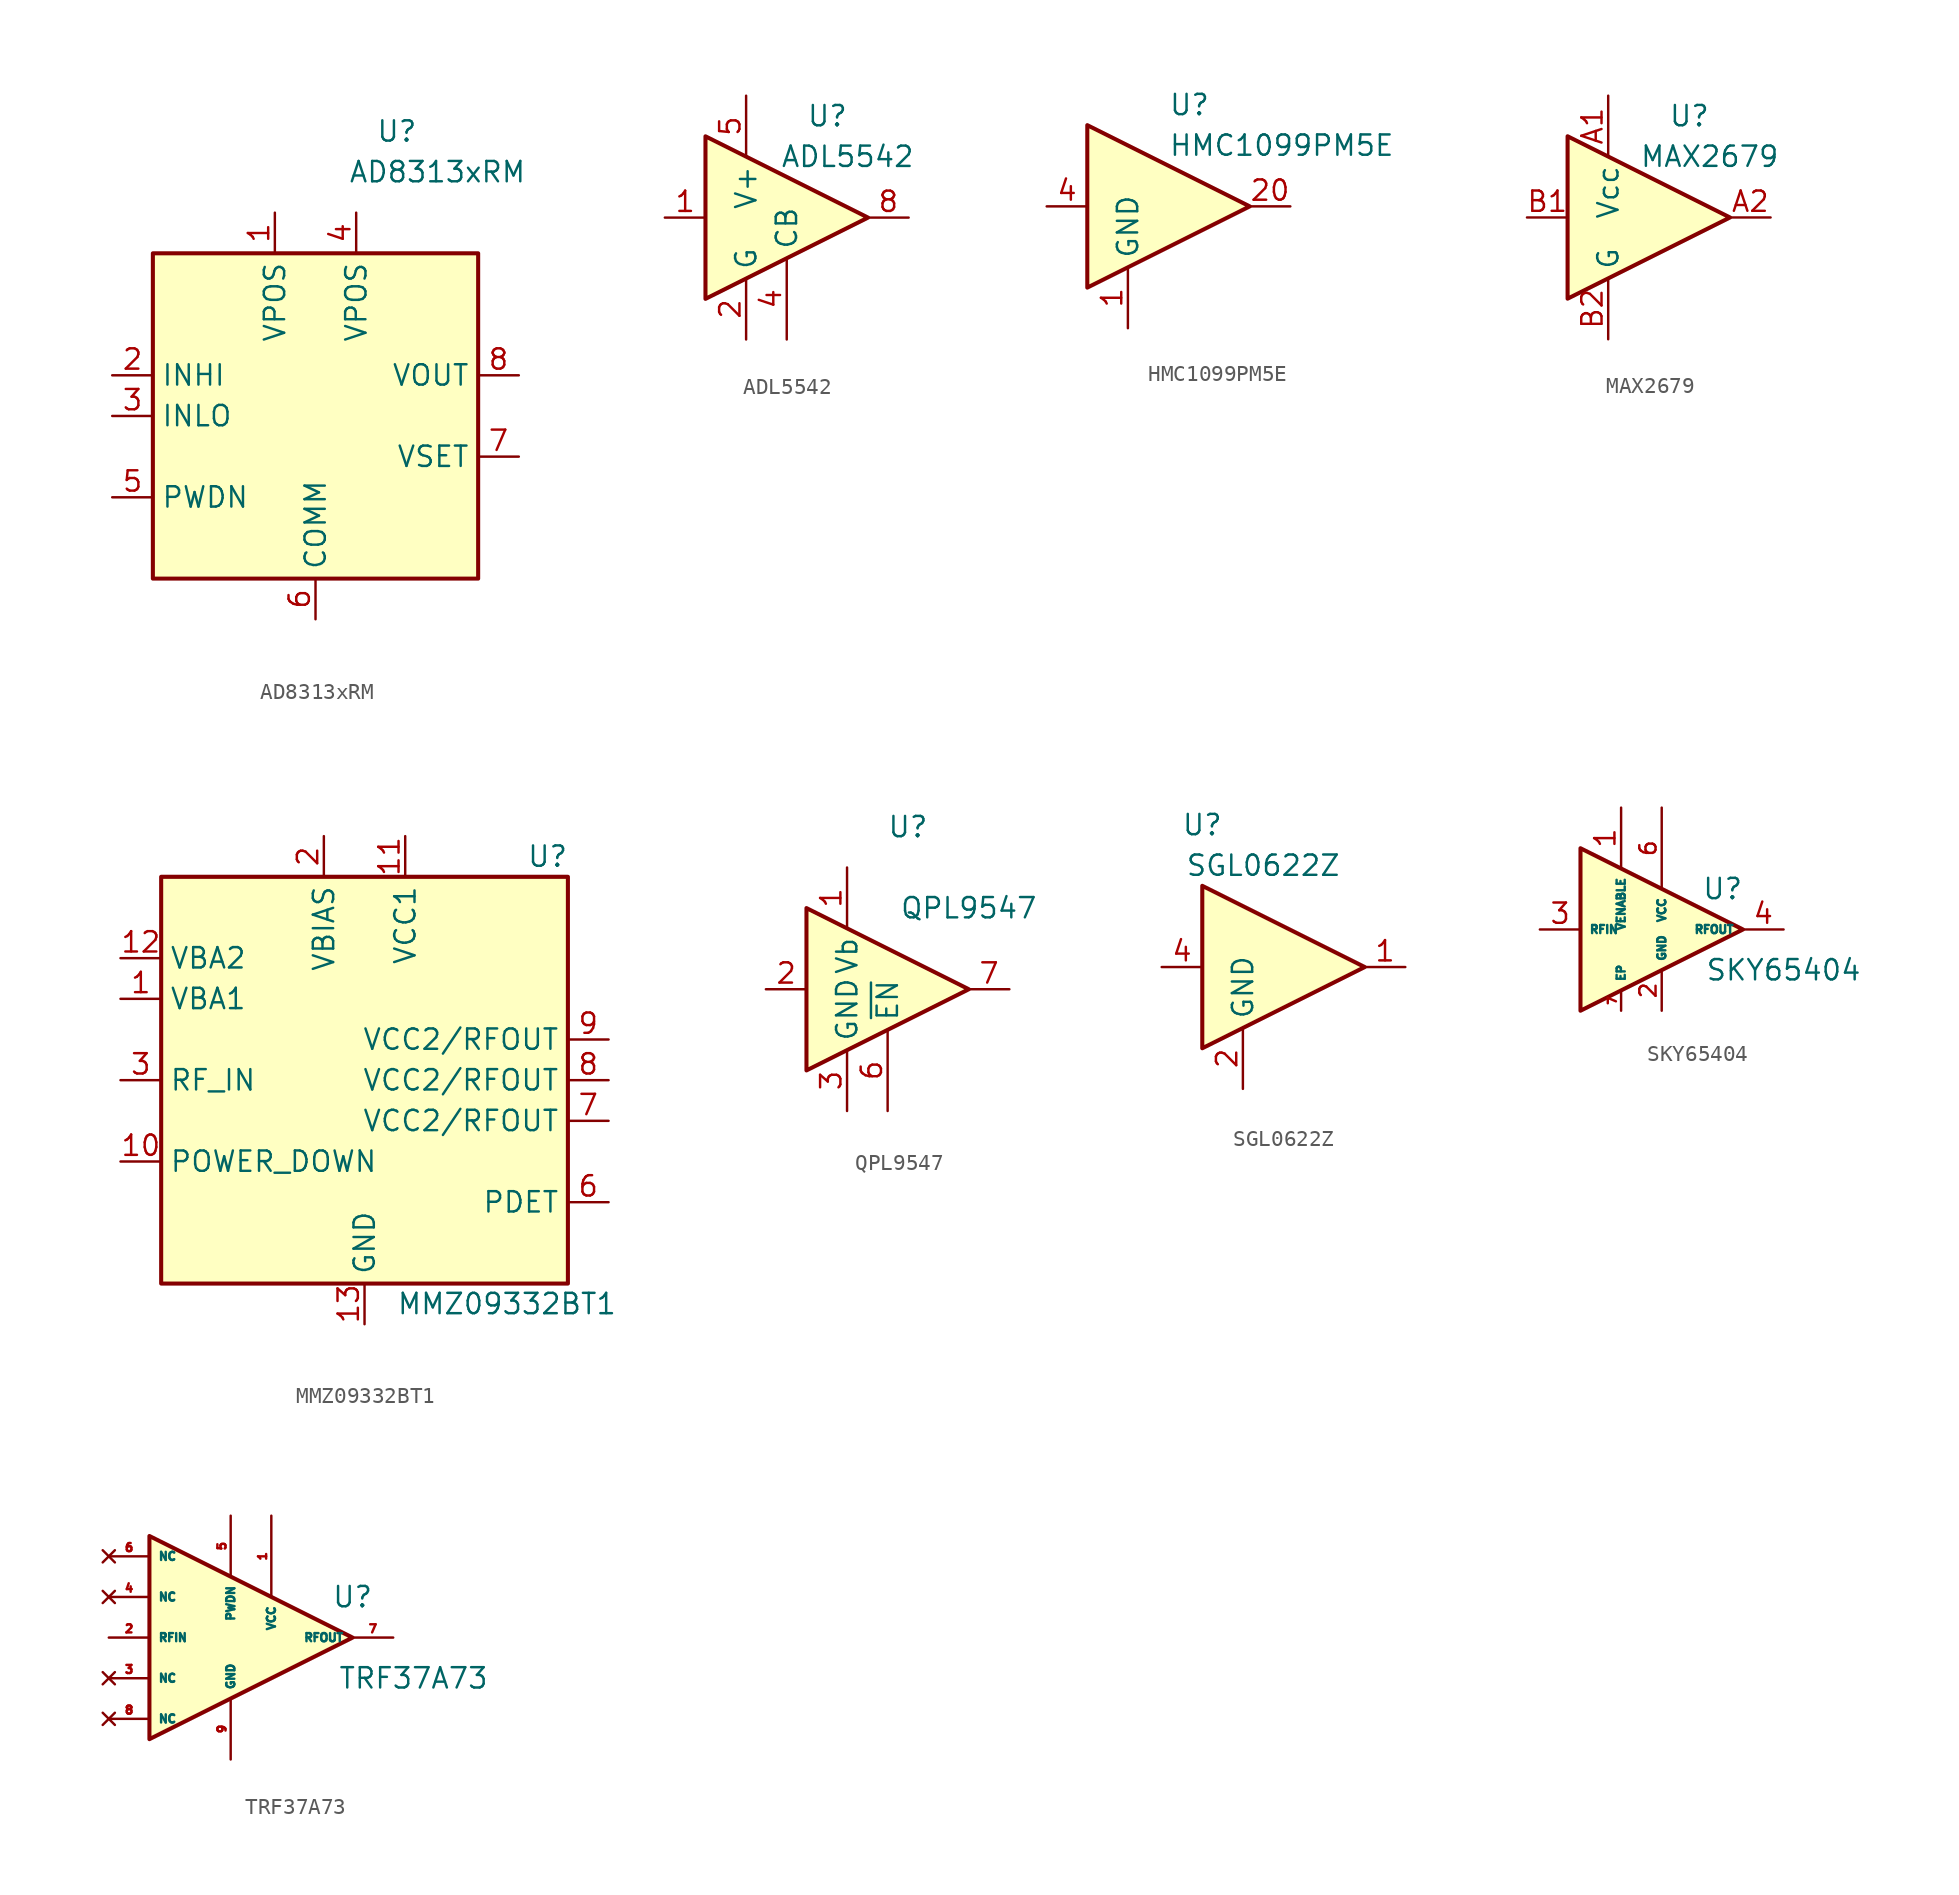
<source format=kicad_sym>
(kicad_symbol_lib
  (version 20241209)
  (generator "kicad_symbol_editor")
  (generator_version "9.0")
  (symbol "AD8313xRM"
    (property "Reference" "U"
      (at 5.08 17.78 0)
      (effects (font (size 1.27 1.27))))
    (property "Value" "AD8313xRM"
      (at 7.62 15.24 0)
      (effects (font (size 1.27 1.27))))
    (symbol "AD8313xRM_0_1"
      (rectangle (start -10.16 10.16) (end 10.16 -10.16) (stroke (width 0.254) (type default)) (fill (type background))))
    (symbol "AD8313xRM_1_1"
      (pin input line (at -12.7 2.54 0) (length 2.54) (name "INHI" (effects (font (size 1.27 1.27)))) (number "2" (effects (font (size 1.27 1.27)))))
      (pin input line (at -12.7 0 0) (length 2.54) (name "INLO" (effects (font (size 1.27 1.27)))) (number "3" (effects (font (size 1.27 1.27)))))
      (pin input line (at -12.7 -5.08 0) (length 2.54) (name "PWDN" (effects (font (size 1.27 1.27)))) (number "5" (effects (font (size 1.27 1.27)))))
      (pin power_in line (at -2.54 12.7 270) (length 2.54) (name "VPOS" (effects (font (size 1.27 1.27)))) (number "1" (effects (font (size 1.27 1.27)))))
      (pin power_in line (at 0 -12.7 90) (length 2.54) (name "COMM" (effects (font (size 1.27 1.27)))) (number "6" (effects (font (size 1.27 1.27)))))
      (pin power_in line (at 2.54 12.7 270) (length 2.54) (name "VPOS" (effects (font (size 1.27 1.27)))) (number "4" (effects (font (size 1.27 1.27)))))
      (pin output line (at 12.7 2.54 180) (length 2.54) (name "VOUT" (effects (font (size 1.27 1.27)))) (number "8" (effects (font (size 1.27 1.27)))))
      (pin input line (at 12.7 -2.54 180) (length 2.54) (name "VSET" (effects (font (size 1.27 1.27)))) (number "7" (effects (font (size 1.27 1.27)))))))
  (symbol "ADL5542"
    (property "Reference" "U"
      (at 2.54 6.35 0)
      (effects (font (size 1.27 1.27))))
    (property "Value" "ADL5542"
      (at 3.81 3.81 0)
      (effects (font (size 1.27 1.27))))
    (symbol "ADL5542_0_1"
      (polyline (pts (xy 5.08 0) (xy -5.08 5.08) (xy -5.08 -5.08) (xy 5.08 0)) (stroke (width 0.254) (type default)) (fill (type background))))
    (symbol "ADL5542_1_1"
      (pin input line (at -7.62 0 0) (length 2.54) (name "~" (effects (font (size 1.27 1.27)))) (number "1" (effects (font (size 1.27 1.27)))))
      (pin power_in line (at -2.54 7.62 270) (length 3.81) (name "V+" (effects (font (size 1.27 1.27)))) (number "5" (effects (font (size 1.27 1.27)))))
      (pin power_in line (at -2.54 -7.62 90) (length 3.81) (name "G" (effects (font (size 1.27 1.27)))) (number "2" (effects (font (size 1.27 1.27)))))
      (pin passive line (at 0 -7.62 90) (length 5.08) (name "CB" (effects (font (size 1.27 1.27)))) (number "4" (effects (font (size 1.27 1.27)))))
      (pin output line (at 7.62 0 180) (length 2.54) (name "~" (effects (font (size 1.27 1.27)))) (number "8" (effects (font (size 1.27 1.27)))))))
  (symbol "HMC1099PM5E"
    (property "Reference" "U"
      (at 0 6.35 0)
      (effects (font (size 1.27 1.27)) (justify left)))
    (property "Value" "HMC1099PM5E"
      (at 0 3.81 0)
      (effects (font (size 1.27 1.27)) (justify left)))
    (symbol "HMC1099PM5E_1_1"
      (polyline (pts (xy 5.08 0) (xy -5.08 5.08) (xy -5.08 -5.08) (xy 5.08 0)) (stroke (width 0.254) (type default)) (fill (type background)))
      (pin input line (at -7.62 0 0) (length 2.54) (name "~" (effects (font (size 1.27 1.27)))) (number "4" (effects (font (size 1.27 1.27)))))
      (pin input line (at -7.62 0 0) (length 2.54) (hide yes) (name "~" (effects (font (size 1.27 1.27)))) (number "5" (effects (font (size 1.27 1.27)))))
      (pin power_in line (at -2.54 -7.62 90) (length 3.81) (name "GND" (effects (font (size 1.27 1.27)))) (number "1" (effects (font (size 1.27 1.27)))))
      (pin passive line (at -2.54 -7.62 90) (length 3.81) (hide yes) (name "GND" (effects (font (size 1.27 1.27)))) (number "10" (effects (font (size 1.27 1.27)))))
      (pin passive line (at -2.54 -7.62 90) (length 3.81) (hide yes) (name "GND" (effects (font (size 1.27 1.27)))) (number "11" (effects (font (size 1.27 1.27)))))
      (pin passive line (at -2.54 -7.62 90) (length 3.81) (hide yes) (name "GND" (effects (font (size 1.27 1.27)))) (number "12" (effects (font (size 1.27 1.27)))))
      (pin passive line (at -2.54 -7.62 90) (length 3.81) (hide yes) (name "GND" (effects (font (size 1.27 1.27)))) (number "13" (effects (font (size 1.27 1.27)))))
      (pin passive line (at -2.54 -7.62 90) (length 3.81) (hide yes) (name "GND" (effects (font (size 1.27 1.27)))) (number "14" (effects (font (size 1.27 1.27)))))
      (pin passive line (at -2.54 -7.62 90) (length 3.81) (hide yes) (name "GND" (effects (font (size 1.27 1.27)))) (number "15" (effects (font (size 1.27 1.27)))))
      (pin passive line (at -2.54 -7.62 90) (length 3.81) (hide yes) (name "GND" (effects (font (size 1.27 1.27)))) (number "16" (effects (font (size 1.27 1.27)))))
      (pin passive line (at -2.54 -7.62 90) (length 3.81) (hide yes) (name "GND" (effects (font (size 1.27 1.27)))) (number "17" (effects (font (size 1.27 1.27)))))
      (pin passive line (at -2.54 -7.62 90) (length 3.81) (hide yes) (name "GND" (effects (font (size 1.27 1.27)))) (number "18" (effects (font (size 1.27 1.27)))))
      (pin passive line (at -2.54 -7.62 90) (length 3.81) (hide yes) (name "GND" (effects (font (size 1.27 1.27)))) (number "19" (effects (font (size 1.27 1.27)))))
      (pin passive line (at -2.54 -7.62 90) (length 3.81) (hide yes) (name "GND" (effects (font (size 1.27 1.27)))) (number "2" (effects (font (size 1.27 1.27)))))
      (pin passive line (at -2.54 -7.62 90) (length 3.81) (hide yes) (name "GND" (effects (font (size 1.27 1.27)))) (number "22" (effects (font (size 1.27 1.27)))))
      (pin passive line (at -2.54 -7.62 90) (length 3.81) (hide yes) (name "GND" (effects (font (size 1.27 1.27)))) (number "23" (effects (font (size 1.27 1.27)))))
      (pin passive line (at -2.54 -7.62 90) (length 3.81) (hide yes) (name "GND" (effects (font (size 1.27 1.27)))) (number "24" (effects (font (size 1.27 1.27)))))
      (pin passive line (at -2.54 -7.62 90) (length 3.81) (hide yes) (name "GND" (effects (font (size 1.27 1.27)))) (number "25" (effects (font (size 1.27 1.27)))))
      (pin passive line (at -2.54 -7.62 90) (length 3.81) (hide yes) (name "GND" (effects (font (size 1.27 1.27)))) (number "26" (effects (font (size 1.27 1.27)))))
      (pin passive line (at -2.54 -7.62 90) (length 3.81) (hide yes) (name "GND" (effects (font (size 1.27 1.27)))) (number "27" (effects (font (size 1.27 1.27)))))
      (pin passive line (at -2.54 -7.62 90) (length 3.81) (hide yes) (name "GND" (effects (font (size 1.27 1.27)))) (number "28" (effects (font (size 1.27 1.27)))))
      (pin passive line (at -2.54 -7.62 90) (length 3.81) (hide yes) (name "GND" (effects (font (size 1.27 1.27)))) (number "29" (effects (font (size 1.27 1.27)))))
      (pin passive line (at -2.54 -7.62 90) (length 3.81) (hide yes) (name "GND" (effects (font (size 1.27 1.27)))) (number "3" (effects (font (size 1.27 1.27)))))
      (pin passive line (at -2.54 -7.62 90) (length 3.81) (hide yes) (name "GND" (effects (font (size 1.27 1.27)))) (number "30" (effects (font (size 1.27 1.27)))))
      (pin passive line (at -2.54 -7.62 90) (length 3.81) (hide yes) (name "GND" (effects (font (size 1.27 1.27)))) (number "31" (effects (font (size 1.27 1.27)))))
      (pin passive line (at -2.54 -7.62 90) (length 3.81) (hide yes) (name "GND" (effects (font (size 1.27 1.27)))) (number "32" (effects (font (size 1.27 1.27)))))
      (pin passive line (at -2.54 -7.62 90) (length 3.81) (hide yes) (name "GND" (effects (font (size 1.27 1.27)))) (number "33" (effects (font (size 1.27 1.27)))))
      (pin passive line (at -2.54 -7.62 90) (length 3.81) (hide yes) (name "GND" (effects (font (size 1.27 1.27)))) (number "6" (effects (font (size 1.27 1.27)))))
      (pin passive line (at -2.54 -7.62 90) (length 3.81) (hide yes) (name "GND" (effects (font (size 1.27 1.27)))) (number "7" (effects (font (size 1.27 1.27)))))
      (pin passive line (at -2.54 -7.62 90) (length 3.81) (hide yes) (name "GND" (effects (font (size 1.27 1.27)))) (number "8" (effects (font (size 1.27 1.27)))))
      (pin passive line (at -2.54 -7.62 90) (length 3.81) (hide yes) (name "GND" (effects (font (size 1.27 1.27)))) (number "9" (effects (font (size 1.27 1.27)))))
      (pin output line (at 7.62 0 180) (length 2.54) (name "~" (effects (font (size 1.27 1.27)))) (number "20" (effects (font (size 1.27 1.27)))))
      (pin passive line (at 7.62 0 180) (length 2.54) (hide yes) (name "~" (effects (font (size 1.27 1.27)))) (number "21" (effects (font (size 1.27 1.27)))))))
  (symbol "MAX2679"
    (property "Reference" "U"
      (at 2.54 6.35 0)
      (effects (font (size 1.27 1.27))))
    (property "Value" "MAX2679"
      (at 3.81 3.81 0)
      (effects (font (size 1.27 1.27))))
    (symbol "MAX2679_0_1"
      (polyline (pts (xy 5.08 0) (xy -5.08 5.08) (xy -5.08 -5.08) (xy 5.08 0)) (stroke (width 0.254) (type default)) (fill (type background))))
    (symbol "MAX2679_1_1"
      (pin input line (at -7.62 0 0) (length 2.54) (name "~" (effects (font (size 1.27 1.27)))) (number "B1" (effects (font (size 1.27 1.27)))))
      (pin power_in line (at -2.54 7.62 270) (length 3.81) (name "Vcc" (effects (font (size 1.27 1.27)))) (number "A1" (effects (font (size 1.27 1.27)))))
      (pin power_in line (at -2.54 -7.62 90) (length 3.81) (name "G" (effects (font (size 1.27 1.27)))) (number "B2" (effects (font (size 1.27 1.27)))))
      (pin output line (at 7.62 0 180) (length 2.54) (name "~" (effects (font (size 1.27 1.27)))) (number "A2" (effects (font (size 1.27 1.27)))))))
  (symbol "MMZ09332BT1"
    (property "Reference" "U"
      (at 11.43 13.97 0)
      (effects (font (size 1.27 1.27))))
    (property "Value" "MMZ09332BT1"
      (at 8.89 -13.97 0)
      (effects (font (size 1.27 1.27))))
    (symbol "MMZ09332BT1_0_1"
      (rectangle (start -12.7 12.7) (end 12.7 -12.7) (stroke (width 0.254) (type default)) (fill (type background))))
    (symbol "MMZ09332BT1_1_1"
      (pin input line (at -15.24 7.62 0) (length 2.54) (name "VBA2" (effects (font (size 1.27 1.27)))) (number "12" (effects (font (size 1.27 1.27)))))
      (pin input line (at -15.24 5.08 0) (length 2.54) (name "VBA1" (effects (font (size 1.27 1.27)))) (number "1" (effects (font (size 1.27 1.27)))))
      (pin input line (at -15.24 0 0) (length 2.54) (name "RF_IN" (effects (font (size 1.27 1.27)))) (number "3" (effects (font (size 1.27 1.27)))))
      (pin input line (at -15.24 -5.08 0) (length 2.54) (name "POWER_DOWN" (effects (font (size 1.27 1.27)))) (number "10" (effects (font (size 1.27 1.27)))))
      (pin no_connect line (at -7.62 -12.7 90) (length 2.54) (hide yes) (name "NC" (effects (font (size 1.27 1.27)))) (number "5" (effects (font (size 1.27 1.27)))))
      (pin no_connect line (at -5.08 -12.7 90) (length 2.54) (hide yes) (name "NC" (effects (font (size 1.27 1.27)))) (number "4" (effects (font (size 1.27 1.27)))))
      (pin power_in line (at -2.54 15.24 270) (length 2.54) (name "VBIAS" (effects (font (size 1.27 1.27)))) (number "2" (effects (font (size 1.27 1.27)))))
      (pin power_in line (at 0 -15.24 90) (length 2.54) (name "GND" (effects (font (size 1.27 1.27)))) (number "13" (effects (font (size 1.27 1.27)))))
      (pin power_in line (at 2.54 15.24 270) (length 2.54) (name "VCC1" (effects (font (size 1.27 1.27)))) (number "11" (effects (font (size 1.27 1.27)))))
      (pin input line (at 15.24 2.54 180) (length 2.54) (name "VCC2/RFOUT" (effects (font (size 1.27 1.27)))) (number "9" (effects (font (size 1.27 1.27)))))
      (pin input line (at 15.24 0 180) (length 2.54) (name "VCC2/RFOUT" (effects (font (size 1.27 1.27)))) (number "8" (effects (font (size 1.27 1.27)))))
      (pin input line (at 15.24 -2.54 180) (length 2.54) (name "VCC2/RFOUT" (effects (font (size 1.27 1.27)))) (number "7" (effects (font (size 1.27 1.27)))))
      (pin output line (at 15.24 -7.62 180) (length 2.54) (name "PDET" (effects (font (size 1.27 1.27)))) (number "6" (effects (font (size 1.27 1.27)))))))
  (symbol "QPL9547"
    (property "Reference" "U"
      (at 1.27 10.16 0)
      (effects (font (size 1.27 1.27))))
    (property "Value" "QPL9547"
      (at 5.08 5.08 0)
      (effects (font (size 1.27 1.27))))
    (symbol "QPL9547_0_1"
      (polyline (pts (xy 5.08 0) (xy -5.08 5.08) (xy -5.08 -5.08) (xy 5.08 0)) (stroke (width 0.254) (type default)) (fill (type background))))
    (symbol "QPL9547_1_1"
      (pin input line (at -7.62 0 0) (length 2.54) (name "~" (effects (font (size 1.27 1.27)))) (number "2" (effects (font (size 1.27 1.27)))))
      (pin power_in line (at -2.54 7.62 270) (length 3.81) (name "Vb" (effects (font (size 1.27 1.27)))) (number "1" (effects (font (size 1.27 1.27)))))
      (pin power_in line (at -2.54 -7.62 90) (length 3.81) (name "GND" (effects (font (size 1.27 1.27)))) (number "3" (effects (font (size 1.27 1.27)))))
      (pin passive line (at -2.54 -7.62 90) (length 3.81) (hide yes) (name "GND" (effects (font (size 1.27 1.27)))) (number "4" (effects (font (size 1.27 1.27)))))
      (pin passive line (at -2.54 -7.62 90) (length 3.81) (hide yes) (name "GND" (effects (font (size 1.27 1.27)))) (number "5" (effects (font (size 1.27 1.27)))))
      (pin passive line (at -2.54 -7.62 90) (length 3.81) (hide yes) (name "GND" (effects (font (size 1.27 1.27)))) (number "8" (effects (font (size 1.27 1.27)))))
      (pin passive line (at -2.54 -7.62 90) (length 3.81) (hide yes) (name "GND" (effects (font (size 1.27 1.27)))) (number "9" (effects (font (size 1.27 1.27)))))
      (pin passive line (at 0 -7.62 90) (length 5.08) (name "~{EN}" (effects (font (size 1.27 1.27)))) (number "6" (effects (font (size 1.27 1.27)))))
      (pin output line (at 7.62 0 180) (length 2.54) (name "~" (effects (font (size 1.27 1.27)))) (number "7" (effects (font (size 1.27 1.27)))))))
  (symbol "SGL0622Z"
    (property "Reference" "U"
      (at -5.08 8.89 0)
      (effects (font (size 1.27 1.27))))
    (property "Value" "SGL0622Z"
      (at -1.27 6.35 0)
      (effects (font (size 1.27 1.27))))
    (symbol "SGL0622Z_0_0"
      (pin passive line (at -2.54 -7.62 90) (length 5.08) (hide yes) (name "GND" (effects (font (size 1.27 1.27)))) (number "9" (effects (font (size 1.27 1.27))))))
    (symbol "SGL0622Z_1_1"
      (polyline (pts (xy 5.08 0) (xy -5.08 5.08) (xy -5.08 -5.08) (xy 5.08 0)) (stroke (width 0.254) (type default)) (fill (type background)))
      (pin input line (at -7.62 0 0) (length 2.54) (name "~" (effects (font (size 1.27 1.27)))) (number "4" (effects (font (size 1.27 1.27)))))
      (pin power_in line (at -2.54 -7.62 90) (length 3.81) (name "GND" (effects (font (size 1.27 1.27)))) (number "2" (effects (font (size 1.27 1.27)))))
      (pin passive line (at -2.54 -7.62 90) (length 2.54) (hide yes) (name "GND" (effects (font (size 1.27 1.27)))) (number "3" (effects (font (size 1.27 1.27)))))
      (pin passive line (at -2.54 -7.62 90) (length 2.54) (hide yes) (name "GND" (effects (font (size 1.27 1.27)))) (number "5" (effects (font (size 1.27 1.27)))))
      (pin passive line (at -2.54 -7.62 90) (length 2.54) (hide yes) (name "GND" (effects (font (size 1.27 1.27)))) (number "6" (effects (font (size 1.27 1.27)))))
      (pin passive line (at -2.54 -7.62 90) (length 2.54) (hide yes) (name "GND" (effects (font (size 1.27 1.27)))) (number "7" (effects (font (size 1.27 1.27)))))
      (pin passive line (at -2.54 -7.62 90) (length 2.54) (hide yes) (name "GND" (effects (font (size 1.27 1.27)))) (number "8" (effects (font (size 1.27 1.27)))))
      (pin output line (at 7.62 0 180) (length 2.54) (name "~" (effects (font (size 1.27 1.27)))) (number "1" (effects (font (size 1.27 1.27)))))))
  (symbol "SKY65404"
    (property "Reference" "U"
      (at 6.35 2.54 0)
      (effects (font (size 1.27 1.27))))
    (property "Value" "SKY65404"
      (at 10.16 -2.54 0)
      (effects (font (size 1.27 1.27))))
    (symbol "SKY65404_0_1"
      (polyline (pts (xy -2.54 5.08) (xy -2.54 -2.54) (xy -2.54 -5.08) (xy 7.62 0) (xy -2.54 5.08)) (stroke (width 0.254) (type default)) (fill (type background))))
    (symbol "SKY65404_1_1"
      (pin input line (at -5.08 0 0) (length 2.54) (name "RFIN" (effects (font (size 0.508 0.508)))) (number "3" (effects (font (size 1.27 1.27)))))
      (pin input line (at 0 7.62 270) (length 3.81) (name "VENABLE" (effects (font (size 0.508 0.508)))) (number "1" (effects (font (size 1.27 1.27)))))
      (pin passive line (at 0 -5.08 90) (length 1.27) (name "EP" (effects (font (size 0.508 0.508)))) (number "7" (effects (font (size 0.508 0.508)))))
      (pin power_in line (at 2.54 7.62 270) (length 5.08) (name "VCC" (effects (font (size 0.508 0.508)))) (number "6" (effects (font (size 1.016 1.016)))))
      (pin power_in line (at 2.54 -5.08 90) (length 2.54) (name "GND" (effects (font (size 0.508 0.508)))) (number "2" (effects (font (size 1.016 1.016)))))
      (pin passive line (at 2.54 -5.08 90) (length 2.54) (hide yes) (name "GND" (effects (font (size 0.508 0.508)))) (number "5" (effects (font (size 1.016 1.016)))))
      (pin output line (at 10.16 0 180) (length 2.54) (name "RFOUT" (effects (font (size 0.508 0.508)))) (number "4" (effects (font (size 1.27 1.27)))))))
  (symbol "TRF37A73"
    (property "Reference" "U"
      (at 7.62 2.54 0)
      (effects (font (size 1.27 1.27))))
    (property "Value" "TRF37A73"
      (at 11.43 -2.54 0)
      (effects (font (size 1.27 1.27))))
    (symbol "TRF37A73_1_1"
      (polyline (pts (xy -5.08 6.35) (xy -5.08 0) (xy -5.08 -6.35) (xy 7.62 0) (xy -5.08 6.35)) (stroke (width 0.254) (type default)) (fill (type background)))
      (pin no_connect line (at -7.62 5.08 0) (length 2.54) (name "NC" (effects (font (size 0.508 0.508)))) (number "6" (effects (font (size 0.508 0.508)))))
      (pin no_connect line (at -7.62 2.54 0) (length 2.54) (name "NC" (effects (font (size 0.508 0.508)))) (number "4" (effects (font (size 0.508 0.508)))))
      (pin input line (at -7.62 0 0) (length 2.54) (name "RFIN" (effects (font (size 0.508 0.508)))) (number "2" (effects (font (size 0.508 0.508)))))
      (pin no_connect line (at -7.62 -2.54 0) (length 2.54) (name "NC" (effects (font (size 0.508 0.508)))) (number "3" (effects (font (size 0.508 0.508)))))
      (pin no_connect line (at -7.62 -5.08 0) (length 2.54) (name "NC" (effects (font (size 0.508 0.508)))) (number "8" (effects (font (size 0.508 0.508)))))
      (pin passive line (at 0 7.62 270) (length 3.81) (name "PWDN" (effects (font (size 0.508 0.508)))) (number "5" (effects (font (size 0.508 0.508)))))
      (pin power_in line (at 0 -7.62 90) (length 3.81) (name "GND" (effects (font (size 0.508 0.508)))) (number "9" (effects (font (size 0.508 0.508)))))
      (pin power_in line (at 2.54 7.62 270) (length 5.08) (name "VCC" (effects (font (size 0.508 0.508)))) (number "1" (effects (font (size 0.508 0.508)))))
      (pin output line (at 10.16 0 180) (length 2.54) (name "RFOUT" (effects (font (size 0.508 0.508)))) (number "7" (effects (font (size 0.508 0.508))))))))
</source>
